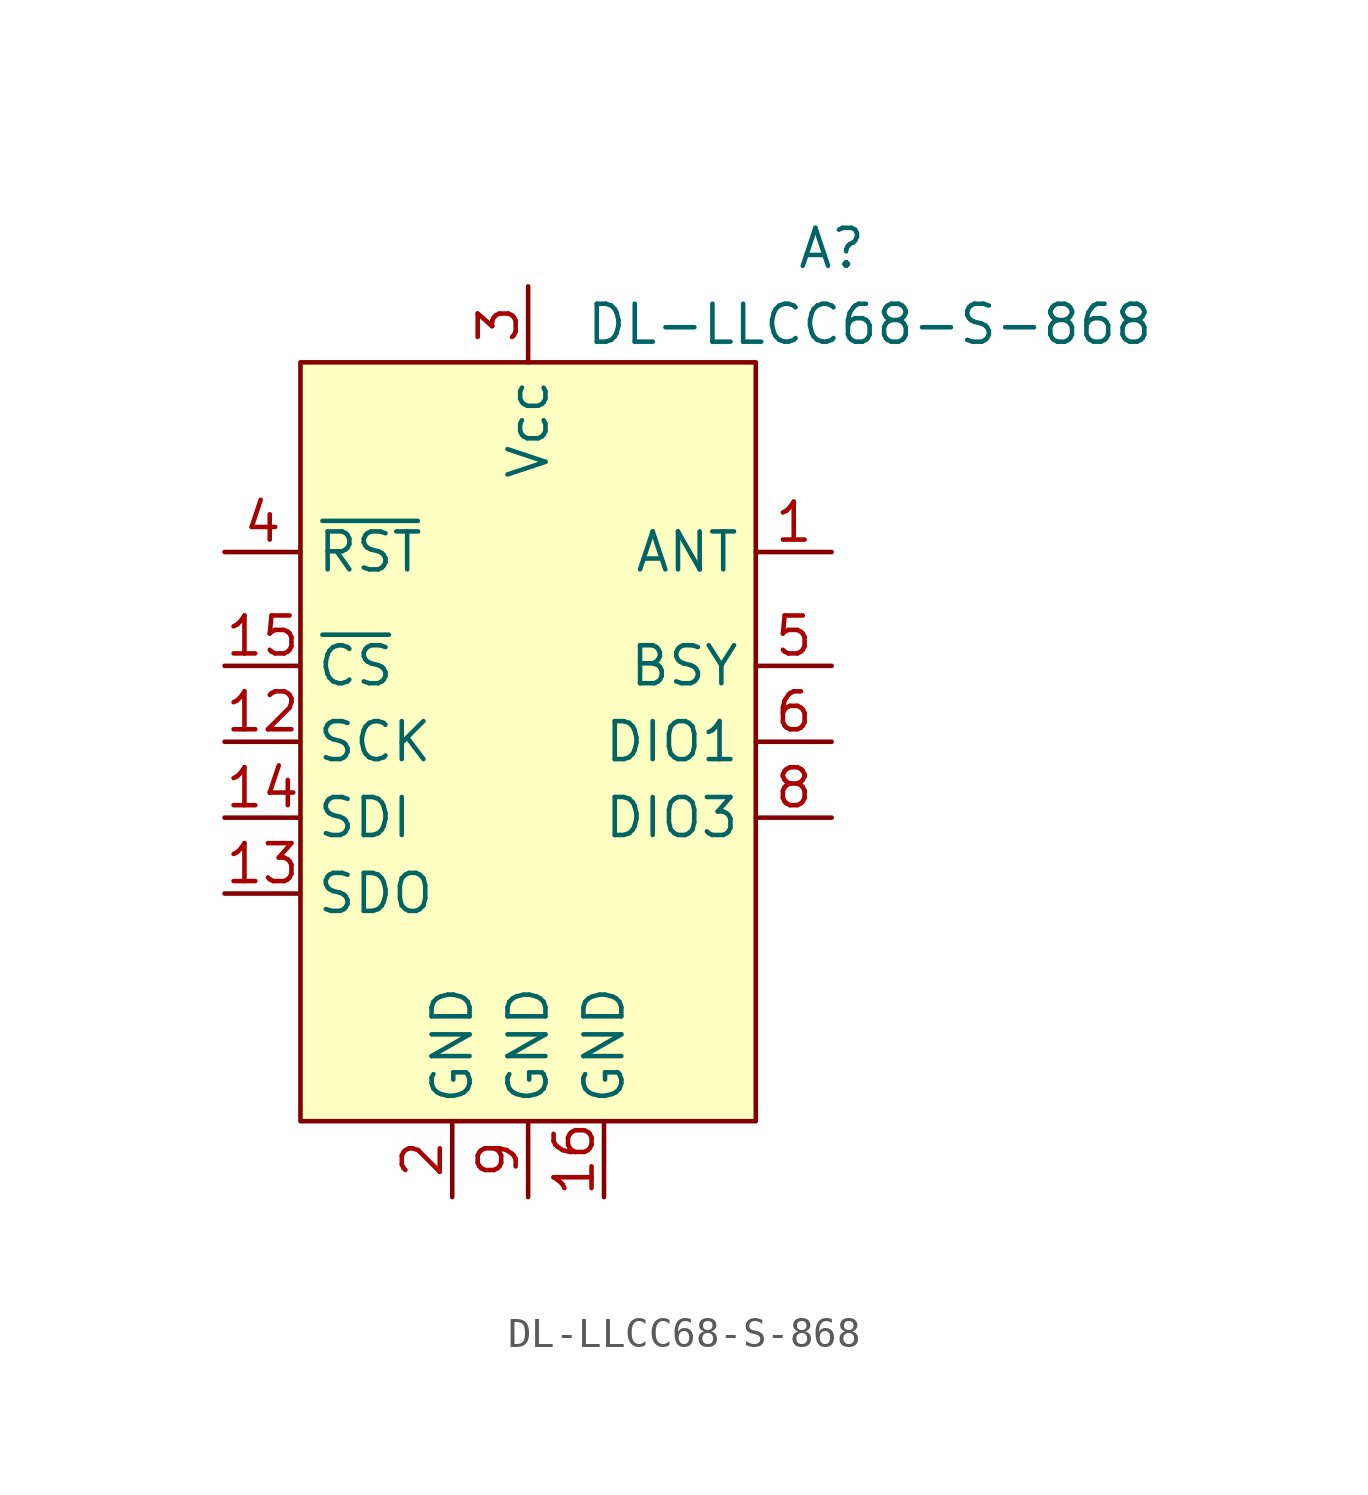
<source format=kicad_sym>
(kicad_symbol_lib
  (version 20231120)
  (generator "kicad_symbol_editor")
  (generator_version "8.0")
  (symbol "DL-LLCC68-S-868"
    (property "Reference" "A"
      (at 10.16 16.51 0)
      (do_not_autoplace)
      (effects (font (size 1.27 1.27))))
    (property "Value" "DL-LLCC68-S-868"
      (at 11.43 13.97 0)
      (do_not_autoplace)
      (effects (font (size 1.27 1.27))))
    (symbol "DL-LLCC68-S-868_1_1"
      (rectangle (start -7.62 12.7) (end 7.62 -12.7) (stroke (width 0) (type default)) (fill (type background)))
      (pin output line (at 10.16 6.35 180) (length 2.54) (name "ANT" (effects (font (size 1.27 1.27)))) (number "1" (effects (font (size 1.27 1.27)))))
      (pin input line (at -10.16 0 0) (length 2.54) (name "SCK" (effects (font (size 1.27 1.27)))) (number "12" (effects (font (size 1.27 1.27)))))
      (pin output line (at -10.16 -5.08 0) (length 2.54) (name "SDO" (effects (font (size 1.27 1.27)))) (number "13" (effects (font (size 1.27 1.27)))))
      (pin input line (at -10.16 -2.54 0) (length 2.54) (name "SDI" (effects (font (size 1.27 1.27)))) (number "14" (effects (font (size 1.27 1.27)))))
      (pin input line (at -10.16 2.54 0) (length 2.54) (name "~{CS}" (effects (font (size 1.27 1.27)))) (number "15" (effects (font (size 1.27 1.27)))))
      (pin power_in line (at 2.54 -15.24 90) (length 2.54) (name "GND" (effects (font (size 1.27 1.27)))) (number "16" (effects (font (size 1.27 1.27)))))
      (pin power_in line (at -2.54 -15.24 90) (length 2.54) (name "GND" (effects (font (size 1.27 1.27)))) (number "2" (effects (font (size 1.27 1.27)))))
      (pin power_in line (at 0 15.24 270) (length 2.54) (name "Vcc" (effects (font (size 1.27 1.27)))) (number "3" (effects (font (size 1.27 1.27)))))
      (pin input line (at -10.16 6.35 0) (length 2.54) (name "~{RST}" (effects (font (size 1.27 1.27)))) (number "4" (effects (font (size 1.27 1.27)))))
      (pin output line (at 10.16 2.54 180) (length 2.54) (name "BSY" (effects (font (size 1.27 1.27)))) (number "5" (effects (font (size 1.27 1.27)))))
      (pin bidirectional line (at 10.16 0 180) (length 2.54) (name "DIO1" (effects (font (size 1.27 1.27)))) (number "6" (effects (font (size 1.27 1.27)))))
      (pin bidirectional line (at 10.16 -2.54 180) (length 2.54) (name "DIO3" (effects (font (size 1.27 1.27)))) (number "8" (effects (font (size 1.27 1.27)))))
      (pin power_in line (at 0 -15.24 90) (length 2.54) (name "GND" (effects (font (size 1.27 1.27)))) (number "9" (effects (font (size 1.27 1.27))))))))
</source>
